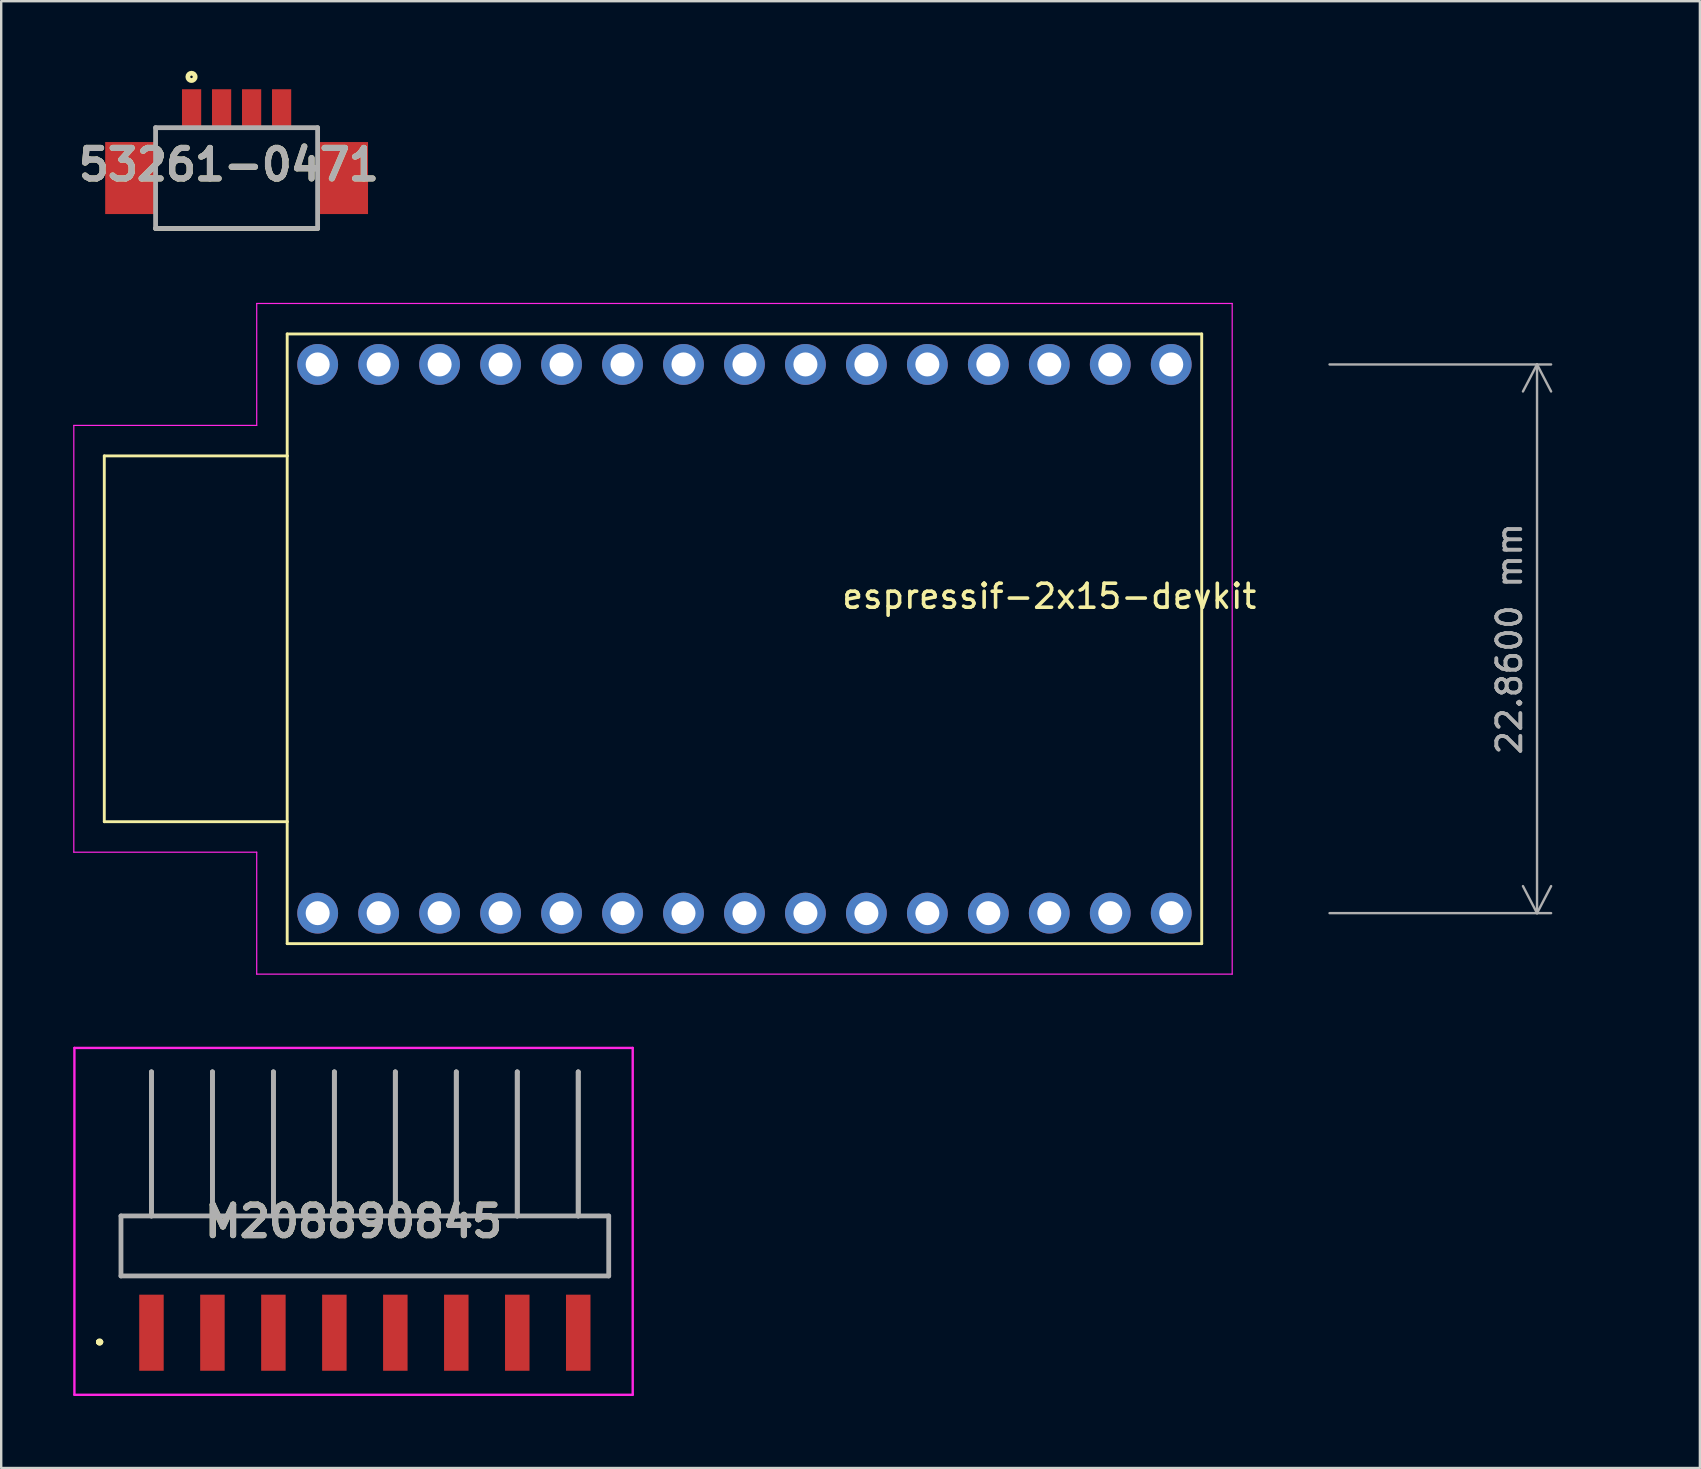
<source format=kicad_pcb>
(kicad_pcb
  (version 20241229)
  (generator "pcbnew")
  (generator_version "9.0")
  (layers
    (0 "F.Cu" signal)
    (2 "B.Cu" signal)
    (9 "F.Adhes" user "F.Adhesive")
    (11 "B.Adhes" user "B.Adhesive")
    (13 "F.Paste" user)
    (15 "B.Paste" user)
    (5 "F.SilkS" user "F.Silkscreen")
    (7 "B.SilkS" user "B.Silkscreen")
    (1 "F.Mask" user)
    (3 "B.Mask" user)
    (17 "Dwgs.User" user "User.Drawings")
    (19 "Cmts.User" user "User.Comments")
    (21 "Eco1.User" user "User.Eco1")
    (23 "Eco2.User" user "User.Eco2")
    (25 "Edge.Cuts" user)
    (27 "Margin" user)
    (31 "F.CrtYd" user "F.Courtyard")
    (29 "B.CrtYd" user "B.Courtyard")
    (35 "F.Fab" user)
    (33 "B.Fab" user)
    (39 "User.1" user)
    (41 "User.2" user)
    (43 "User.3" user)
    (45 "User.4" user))
  (footprint "M208890845"
    (layer "F.Cu")
    (at 12.15 48.858)
    (property "Reference" "M208890845" (at -0.47 -1.025 0) (layer "F.SilkS") (effects (font (size 1.27 1.27) (thickness 0.254))))
    (attr smd)
    (fp_line (start -11.1 4) (end -11.1 4) (stroke (width 0.2) (type solid)) (layer "F.SilkS"))
    (fp_line (start -11.1 4) (end -11.1 4) (stroke (width 0.2) (type solid)) (layer "F.SilkS"))
    (fp_line (start -11 4) (end -11 4) (stroke (width 0.2) (type solid)) (layer "F.SilkS"))
    (fp_line (start -10.16 -1.25) (end 10.16 -1.25) (stroke (width 0.1) (type solid)) (layer "F.SilkS"))
    (fp_line (start -10.16 1.25) (end -10.16 -1.25) (stroke (width 0.1) (type solid)) (layer "F.SilkS"))
    (fp_line (start 10.16 -1.25) (end 10.16 1.25) (stroke (width 0.1) (type solid)) (layer "F.SilkS"))
    (fp_line (start 10.16 1.25) (end -10.16 1.25) (stroke (width 0.1) (type solid)) (layer "F.SilkS"))
    (fp_arc (start -11.1 4) (mid -11.05 3.95) (end -11 4) (stroke (width 0.2) (type solid)) (layer "F.SilkS"))
    (fp_arc (start -11 4) (mid -11.05 4.05) (end -11.1 4) (stroke (width 0.2) (type solid)) (layer "F.SilkS"))
    (fp_arc (start -11 4) (mid -11.05 4.05) (end -11.1 4) (stroke (width 0.2) (type solid)) (layer "F.SilkS"))
    (fp_line (start -12.1 -8.25) (end 11.16 -8.25) (stroke (width 0.1) (type solid)) (layer "F.CrtYd"))
    (fp_line (start -12.1 6.2) (end -12.1 -8.25) (stroke (width 0.1) (type solid)) (layer "F.CrtYd"))
    (fp_line (start 11.16 -8.25) (end 11.16 6.2) (stroke (width 0.1) (type solid)) (layer "F.CrtYd"))
    (fp_line (start 11.16 6.2) (end -12.1 6.2) (stroke (width 0.1) (type solid)) (layer "F.CrtYd"))
    (fp_line (start -10.16 -1.25) (end -10.16 1.25) (stroke (width 0.2) (type solid)) (layer "F.Fab"))
    (fp_line (start -10.16 1.25) (end 10.16 1.25) (stroke (width 0.2) (type solid)) (layer "F.Fab"))
    (fp_line (start -8.89 -7.25) (end -8.89 -7.25) (stroke (width 0.2) (type solid)) (layer "F.Fab"))
    (fp_line (start -8.89 -7.25) (end -8.89 -1.25) (stroke (width 0.2) (type solid)) (layer "F.Fab"))
    (fp_line (start -8.89 -1.25) (end -8.89 -7.25) (stroke (width 0.2) (type solid)) (layer "F.Fab"))
    (fp_line (start -8.89 -1.25) (end -8.89 -1.25) (stroke (width 0.2) (type solid)) (layer "F.Fab"))
    (fp_line (start -6.35 -7.25) (end -6.35 -7.25) (stroke (width 0.2) (type solid)) (layer "F.Fab"))
    (fp_line (start -6.35 -7.25) (end -6.35 -1.25) (stroke (width 0.2) (type solid)) (layer "F.Fab"))
    (fp_line (start -6.35 -1.25) (end -6.35 -7.25) (stroke (width 0.2) (type solid)) (layer "F.Fab"))
    (fp_line (start -6.35 -1.25) (end -6.35 -1.25) (stroke (width 0.2) (type solid)) (layer "F.Fab"))
    (fp_line (start -3.81 -7.25) (end -3.81 -7.25) (stroke (width 0.2) (type solid)) (layer "F.Fab"))
    (fp_line (start -3.81 -7.25) (end -3.81 -1.25) (stroke (width 0.2) (type solid)) (layer "F.Fab"))
    (fp_line (start -3.81 -1.25) (end -3.81 -7.25) (stroke (width 0.2) (type solid)) (layer "F.Fab"))
    (fp_line (start -3.81 -1.25) (end -3.81 -1.25) (stroke (width 0.2) (type solid)) (layer "F.Fab"))
    (fp_line (start -1.27 -7.25) (end -1.27 -7.25) (stroke (width 0.2) (type solid)) (layer "F.Fab"))
    (fp_line (start -1.27 -7.25) (end -1.27 -1.25) (stroke (width 0.2) (type solid)) (layer "F.Fab"))
    (fp_line (start -1.27 -1.25) (end -1.27 -7.25) (stroke (width 0.2) (type solid)) (layer "F.Fab"))
    (fp_line (start -1.27 -1.25) (end -1.27 -1.25) (stroke (width 0.2) (type solid)) (layer "F.Fab"))
    (fp_line (start 1.27 -7.25) (end 1.27 -7.25) (stroke (width 0.2) (type solid)) (layer "F.Fab"))
    (fp_line (start 1.27 -7.25) (end 1.27 -1.25) (stroke (width 0.2) (type solid)) (layer "F.Fab"))
    (fp_line (start 1.27 -1.25) (end 1.27 -7.25) (stroke (width 0.2) (type solid)) (layer "F.Fab"))
    (fp_line (start 1.27 -1.25) (end 1.27 -1.25) (stroke (width 0.2) (type solid)) (layer "F.Fab"))
    (fp_line (start 3.81 -7.25) (end 3.81 -7.25) (stroke (width 0.2) (type solid)) (layer "F.Fab"))
    (fp_line (start 3.81 -7.25) (end 3.81 -1.25) (stroke (width 0.2) (type solid)) (layer "F.Fab"))
    (fp_line (start 3.81 -1.25) (end 3.81 -7.25) (stroke (width 0.2) (type solid)) (layer "F.Fab"))
    (fp_line (start 3.81 -1.25) (end 3.81 -1.25) (stroke (width 0.2) (type solid)) (layer "F.Fab"))
    (fp_line (start 6.35 -7.25) (end 6.35 -7.25) (stroke (width 0.2) (type solid)) (layer "F.Fab"))
    (fp_line (start 6.35 -7.25) (end 6.35 -1.25) (stroke (width 0.2) (type solid)) (layer "F.Fab"))
    (fp_line (start 6.35 -1.25) (end 6.35 -7.25) (stroke (width 0.2) (type solid)) (layer "F.Fab"))
    (fp_line (start 6.35 -1.25) (end 6.35 -1.25) (stroke (width 0.2) (type solid)) (layer "F.Fab"))
    (fp_line (start 8.89 -7.25) (end 8.89 -7.25) (stroke (width 0.2) (type solid)) (layer "F.Fab"))
    (fp_line (start 8.89 -7.25) (end 8.89 -1.25) (stroke (width 0.2) (type solid)) (layer "F.Fab"))
    (fp_line (start 8.89 -1.25) (end 8.89 -7.25) (stroke (width 0.2) (type solid)) (layer "F.Fab"))
    (fp_line (start 8.89 -1.25) (end 8.89 -1.25) (stroke (width 0.2) (type solid)) (layer "F.Fab"))
    (fp_line (start 10.16 -1.25) (end -10.16 -1.25) (stroke (width 0.2) (type solid)) (layer "F.Fab"))
    (fp_line (start 10.16 1.25) (end 10.16 -1.25) (stroke (width 0.2) (type solid)) (layer "F.Fab"))
    (fp_text user "${REFERENCE}" (at -0.47 -1.025 0) (layer "F.Fab") (effects (font (size 1.27 1.27) (thickness 0.254))))
    (pad "1" smd rect (at -8.89 3.615) (size 1.02 3.17) (layers "F.Cu" "F.Mask" "F.Paste"))
    (pad "2" smd rect (at -6.35 3.615) (size 1.02 3.17) (layers "F.Cu" "F.Mask" "F.Paste"))
    (pad "3" smd rect (at -3.81 3.615) (size 1.02 3.17) (layers "F.Cu" "F.Mask" "F.Paste"))
    (pad "4" smd rect (at -1.27 3.615) (size 1.02 3.17) (layers "F.Cu" "F.Mask" "F.Paste"))
    (pad "5" smd rect (at 1.27 3.615) (size 1.02 3.17) (layers "F.Cu" "F.Mask" "F.Paste"))
    (pad "6" smd rect (at 3.81 3.615) (size 1.02 3.17) (layers "F.Cu" "F.Mask" "F.Paste"))
    (pad "7" smd rect (at 6.35 3.615) (size 1.02 3.17) (layers "F.Cu" "F.Mask" "F.Paste"))
    (pad "8" smd rect (at 8.89 3.615) (size 1.02 3.17) (layers "F.Cu" "F.Mask" "F.Paste")))
  (footprint "53261-0471"
    (layer "F.Cu")
    (at 6.807 2.268)
    (property "Reference" "53261-0471" (at -0.324 1.541 0) (layer "F.SilkS") (effects (font (size 1.27 1.27) (thickness 0.254))))
    (attr smd)
    (fp_line (start -3.375 4.2) (end 3.375 4.2) (stroke (width 0.2) (type solid)) (layer "F.SilkS"))
    (fp_circle (center -1.879 -2.116) (end -1.879 -2.064) (stroke (width 0.2) (type solid)) (fill no) (layer "F.SilkS"))
    (fp_line (start -3.375 0) (end 3.375 0) (stroke (width 0.2) (type solid)) (layer "F.Fab"))
    (fp_line (start -3.375 4.2) (end -3.375 0) (stroke (width 0.2) (type solid)) (layer "F.Fab"))
    (fp_line (start 3.375 0) (end 3.375 4.2) (stroke (width 0.2) (type solid)) (layer "F.Fab"))
    (fp_line (start 3.375 4.2) (end -3.375 4.2) (stroke (width 0.2) (type solid)) (layer "F.Fab"))
    (fp_text user "${REFERENCE}" (at -0.324 1.541 0) (layer "F.Fab") (effects (font (size 1.27 1.27) (thickness 0.254))))
    (pad "1" smd rect (at -1.875 -0.8) (size 0.8 1.6) (layers "F.Cu" "F.Mask" "F.Paste"))
    (pad "2" smd rect (at -0.625 -0.8) (size 0.8 1.6) (layers "F.Cu" "F.Mask" "F.Paste"))
    (pad "3" smd rect (at 0.625 -0.8) (size 0.8 1.6) (layers "F.Cu" "F.Mask" "F.Paste"))
    (pad "4" smd rect (at 1.875 -0.8) (size 0.8 1.6) (layers "F.Cu" "F.Mask" "F.Paste"))
    (pad "5" smd rect (at 4.425 2.1) (size 2.1 3) (layers "F.Cu" "F.Mask" "F.Paste"))
    (pad "6" smd rect (at -4.425 2.1) (size 2.1 3) (layers "F.Cu" "F.Mask" "F.Paste")))
  (footprint "espressif-2x15-devkit"
    (layer "F.Cu")
    (at 40.665 22.293)
    (property "Reference" "espressif-2x15-devkit" (at 0 -0.5 0) (unlocked yes) (layer "F.SilkS") (effects (font (size 1 1) (thickness 0.15))))
    (attr through_hole)
    (fp_line (start -39.37 -6.35) (end -39.37 8.89) (stroke (width 0.12) (type default)) (layer "F.SilkS"))
    (fp_line (start -39.37 8.89) (end -31.75 8.89) (stroke (width 0.12) (type default)) (layer "F.SilkS"))
    (fp_line (start -31.75 -11.43) (end -31.75 -6.35) (stroke (width 0.12) (type default)) (layer "F.SilkS"))
    (fp_line (start -31.75 -11.43) (end 6.35 -11.43) (stroke (width 0.12) (type default)) (layer "F.SilkS"))
    (fp_line (start -31.75 -6.35) (end -39.37 -6.35) (stroke (width 0.12) (type default)) (layer "F.SilkS"))
    (fp_line (start -31.75 -6.35) (end -31.75 8.89) (stroke (width 0.12) (type default)) (layer "F.SilkS"))
    (fp_line (start -31.75 8.89) (end -31.75 13.97) (stroke (width 0.12) (type default)) (layer "F.SilkS"))
    (fp_line (start -31.75 13.97) (end 6.35 13.97) (stroke (width 0.12) (type default)) (layer "F.SilkS"))
    (fp_line (start 6.35 13.97) (end 6.35 -11.43) (stroke (width 0.12) (type default)) (layer "F.SilkS"))
    (fp_line (start -40.64 -7.62) (end -40.64 10.16) (stroke (width 0.05) (type default)) (layer "F.CrtYd"))
    (fp_line (start -40.64 10.16) (end -33.02 10.16) (stroke (width 0.05) (type default)) (layer "F.CrtYd"))
    (fp_line (start -33.02 -12.7) (end -33.02 -7.62) (stroke (width 0.05) (type default)) (layer "F.CrtYd"))
    (fp_line (start -33.02 -7.62) (end -40.64 -7.62) (stroke (width 0.05) (type default)) (layer "F.CrtYd"))
    (fp_line (start -33.02 10.16) (end -33.02 15.24) (stroke (width 0.05) (type default)) (layer "F.CrtYd"))
    (fp_line (start -33.02 15.24) (end 7.62 15.24) (stroke (width 0.05) (type default)) (layer "F.CrtYd"))
    (fp_line (start 7.62 -12.7) (end -33.02 -12.7) (stroke (width 0.05) (type default)) (layer "F.CrtYd"))
    (fp_line (start 7.62 15.24) (end 7.62 -12.7) (stroke (width 0.05) (type default)) (layer "F.CrtYd"))
    (dimension (type aligned) (layer "F.Fab") (pts (xy 51.841 12.133) (xy 51.841 34.993)) (height -9.144) (format (prefix "") (suffix "") (units 3) (units_format 1) (precision 4)) (style (thickness 0.1) (arrow_length 1.27) (text_position_mode 0) (arrow_direction outward) (extension_height 0.586) (extension_offset 0.5) (keep_text_aligned yes)) (gr_text "22.8600 mm" (at 59.835 23.563 90) (layer "F.Fab") (effects (font (size 1 1) (thickness 0.15)))))
    (pad "1" thru_hole circle (at -30.48 12.7) (size 1.7 1.7) (drill 1) (layers "*.Cu" "*.Mask"))
    (pad "2" thru_hole circle (at -27.94 12.7) (size 1.7 1.7) (drill 1) (layers "*.Cu" "*.Mask"))
    (pad "3" thru_hole circle (at -25.4 12.7) (size 1.7 1.7) (drill 1) (layers "*.Cu" "*.Mask"))
    (pad "4" thru_hole circle (at -22.86 12.7) (size 1.7 1.7) (drill 1) (layers "*.Cu" "*.Mask"))
    (pad "5" thru_hole circle (at -20.32 12.7) (size 1.7 1.7) (drill 1) (layers "*.Cu" "*.Mask"))
    (pad "6" thru_hole circle (at -17.78 12.7) (size 1.7 1.7) (drill 1) (layers "*.Cu" "*.Mask"))
    (pad "7" thru_hole circle (at -15.24 12.7) (size 1.7 1.7) (drill 1) (layers "*.Cu" "*.Mask"))
    (pad "8" thru_hole circle (at -12.7 12.7) (size 1.7 1.7) (drill 1) (layers "*.Cu" "*.Mask"))
    (pad "9" thru_hole circle (at -10.16 12.7) (size 1.7 1.7) (drill 1) (layers "*.Cu" "*.Mask"))
    (pad "10" thru_hole circle (at -7.62 12.7) (size 1.7 1.7) (drill 1) (layers "*.Cu" "*.Mask"))
    (pad "11" thru_hole circle (at -5.08 12.7) (size 1.7 1.7) (drill 1) (layers "*.Cu" "*.Mask"))
    (pad "12" thru_hole circle (at -2.54 12.7) (size 1.7 1.7) (drill 1) (layers "*.Cu" "*.Mask"))
    (pad "13" thru_hole circle (at 0 12.7) (size 1.7 1.7) (drill 1) (layers "*.Cu" "*.Mask"))
    (pad "14" thru_hole circle (at 2.54 12.7) (size 1.7 1.7) (drill 1) (layers "*.Cu" "*.Mask"))
    (pad "15" thru_hole circle (at 5.08 12.7) (size 1.7 1.7) (drill 1) (layers "*.Cu" "*.Mask"))
    (pad "16" thru_hole circle (at 5.08 -10.16) (size 1.7 1.7) (drill 1) (layers "*.Cu" "*.Mask"))
    (pad "17" thru_hole circle (at 2.54 -10.16) (size 1.7 1.7) (drill 1) (layers "*.Cu" "*.Mask"))
    (pad "18" thru_hole circle (at 0 -10.16) (size 1.7 1.7) (drill 1) (layers "*.Cu" "*.Mask"))
    (pad "19" thru_hole circle (at -2.54 -10.16) (size 1.7 1.7) (drill 1) (layers "*.Cu" "*.Mask"))
    (pad "20" thru_hole circle (at -5.08 -10.16) (size 1.7 1.7) (drill 1) (layers "*.Cu" "*.Mask"))
    (pad "21" thru_hole circle (at -7.62 -10.16) (size 1.7 1.7) (drill 1) (layers "*.Cu" "*.Mask"))
    (pad "22" thru_hole circle (at -10.16 -10.16) (size 1.7 1.7) (drill 1) (layers "*.Cu" "*.Mask"))
    (pad "23" thru_hole circle (at -12.7 -10.16) (size 1.7 1.7) (drill 1) (layers "*.Cu" "*.Mask"))
    (pad "24" thru_hole circle (at -15.24 -10.16) (size 1.7 1.7) (drill 1) (layers "*.Cu" "*.Mask"))
    (pad "25" thru_hole circle (at -17.78 -10.16) (size 1.7 1.7) (drill 1) (layers "*.Cu" "*.Mask"))
    (pad "26" thru_hole circle (at -20.32 -10.16) (size 1.7 1.7) (drill 1) (layers "*.Cu" "*.Mask"))
    (pad "27" thru_hole circle (at -22.86 -10.16) (size 1.7 1.7) (drill 1) (layers "*.Cu" "*.Mask"))
    (pad "28" thru_hole circle (at -25.4 -10.16) (size 1.7 1.7) (drill 1) (layers "*.Cu" "*.Mask"))
    (pad "29" thru_hole circle (at -27.94 -10.16) (size 1.7 1.7) (drill 1) (layers "*.Cu" "*.Mask"))
    (pad "30" thru_hole circle (at -30.48 -10.16) (size 1.7 1.7) (drill 1) (layers "*.Cu" "*.Mask")))
  (gr_rect
    (start -3 -3)
    (end 67.77 58.108)
    (stroke (width 0.1) (type default))
    (fill no)
    (layer "Edge.Cuts")))
</source>
